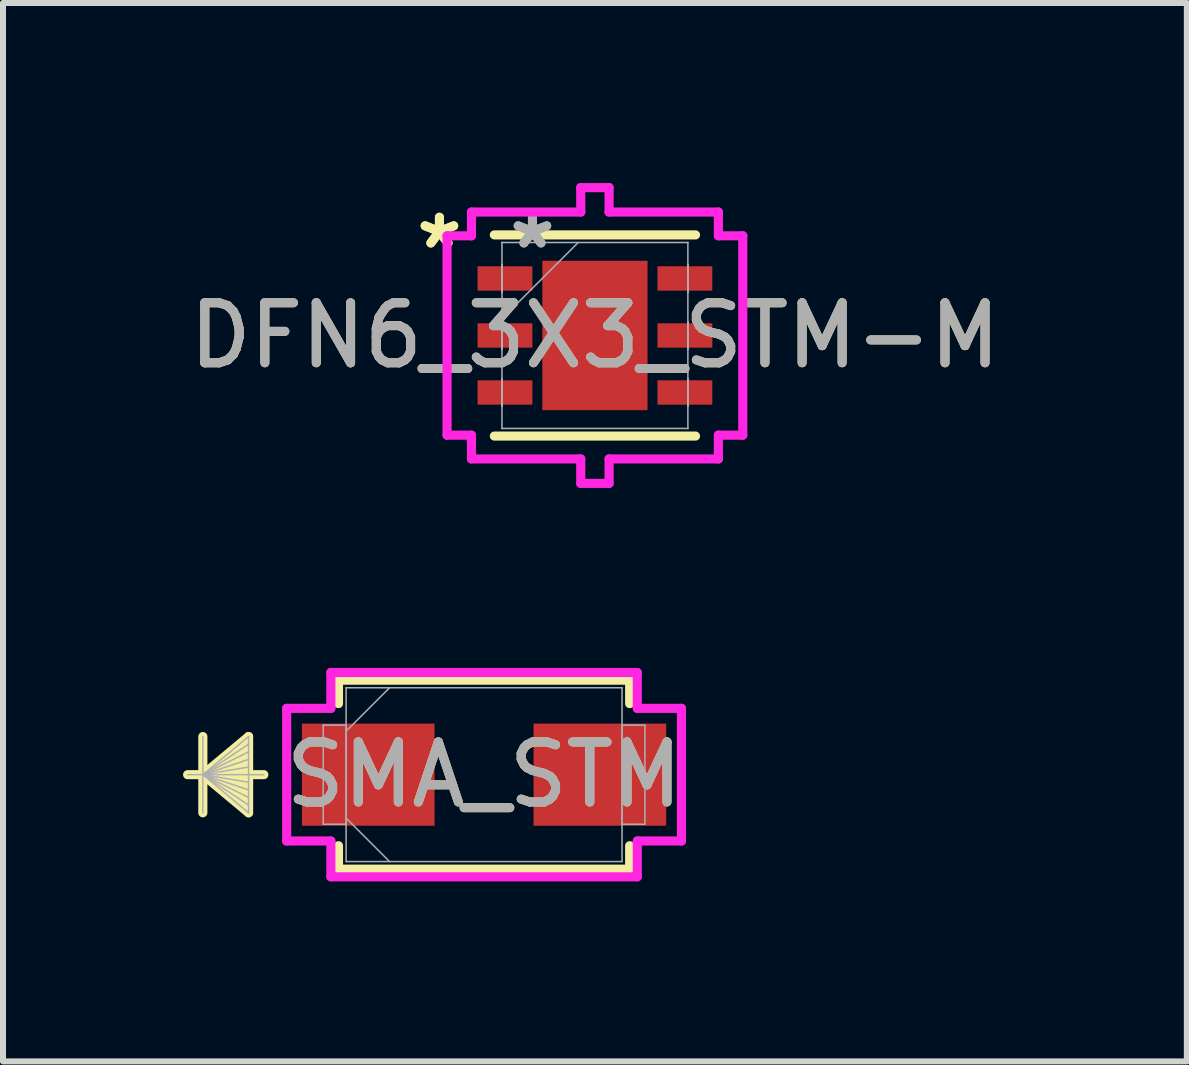
<source format=kicad_pcb>
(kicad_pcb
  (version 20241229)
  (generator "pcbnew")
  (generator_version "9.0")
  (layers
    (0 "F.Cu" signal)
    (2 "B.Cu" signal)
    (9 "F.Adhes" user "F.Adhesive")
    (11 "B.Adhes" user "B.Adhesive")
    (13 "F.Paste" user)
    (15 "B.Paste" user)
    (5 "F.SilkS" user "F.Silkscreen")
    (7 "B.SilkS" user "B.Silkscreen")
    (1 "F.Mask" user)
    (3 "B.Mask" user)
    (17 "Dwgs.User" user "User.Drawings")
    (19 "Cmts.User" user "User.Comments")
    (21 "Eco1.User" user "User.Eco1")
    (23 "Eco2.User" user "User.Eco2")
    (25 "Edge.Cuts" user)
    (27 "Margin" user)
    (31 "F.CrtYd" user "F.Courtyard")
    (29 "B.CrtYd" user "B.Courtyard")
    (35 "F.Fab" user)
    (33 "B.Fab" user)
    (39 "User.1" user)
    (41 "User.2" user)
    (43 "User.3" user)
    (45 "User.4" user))
  (footprint "DFN6_3X3_STM-M"
    (layer "F.Cu")
    (at 6.863 2.54)
    (property "Reference" "DFN6_3X3_STM-M" (at 0 0 0) (unlocked yes) (layer "F.SilkS") (effects (font (size 1 1) (thickness 0.15))))
    (attr smd)
    (fp_line (start -1.676 1.676) (end 1.676 1.676) (stroke (width 0.152) (type solid)) (layer "F.SilkS"))
    (fp_line (start 1.676 -1.676) (end -1.676 -1.676) (stroke (width 0.152) (type solid)) (layer "F.SilkS"))
    (fp_line (start -2.464 -1.661) (end -2.057 -1.661) (stroke (width 0.152) (type solid)) (layer "F.CrtYd"))
    (fp_line (start -2.464 1.661) (end -2.464 -1.661) (stroke (width 0.152) (type solid)) (layer "F.CrtYd"))
    (fp_line (start -2.057 -2.057) (end -0.236 -2.057) (stroke (width 0.152) (type solid)) (layer "F.CrtYd"))
    (fp_line (start -2.057 -1.661) (end -2.057 -2.057) (stroke (width 0.152) (type solid)) (layer "F.CrtYd"))
    (fp_line (start -2.057 1.661) (end -2.464 1.661) (stroke (width 0.152) (type solid)) (layer "F.CrtYd"))
    (fp_line (start -2.057 2.057) (end -2.057 1.661) (stroke (width 0.152) (type solid)) (layer "F.CrtYd"))
    (fp_line (start -0.236 -2.464) (end 0.236 -2.464) (stroke (width 0.152) (type solid)) (layer "F.CrtYd"))
    (fp_line (start -0.236 -2.057) (end -0.236 -2.464) (stroke (width 0.152) (type solid)) (layer "F.CrtYd"))
    (fp_line (start -0.236 2.057) (end -2.057 2.057) (stroke (width 0.152) (type solid)) (layer "F.CrtYd"))
    (fp_line (start -0.236 2.464) (end -0.236 2.057) (stroke (width 0.152) (type solid)) (layer "F.CrtYd"))
    (fp_line (start 0.236 -2.464) (end 0.236 -2.057) (stroke (width 0.152) (type solid)) (layer "F.CrtYd"))
    (fp_line (start 0.236 -2.057) (end 2.057 -2.057) (stroke (width 0.152) (type solid)) (layer "F.CrtYd"))
    (fp_line (start 0.236 2.057) (end 0.236 2.464) (stroke (width 0.152) (type solid)) (layer "F.CrtYd"))
    (fp_line (start 0.236 2.464) (end -0.236 2.464) (stroke (width 0.152) (type solid)) (layer "F.CrtYd"))
    (fp_line (start 2.057 -2.057) (end 2.057 -1.661) (stroke (width 0.152) (type solid)) (layer "F.CrtYd"))
    (fp_line (start 2.057 -1.661) (end 2.464 -1.661) (stroke (width 0.152) (type solid)) (layer "F.CrtYd"))
    (fp_line (start 2.057 1.661) (end 2.057 2.057) (stroke (width 0.152) (type solid)) (layer "F.CrtYd"))
    (fp_line (start 2.057 2.057) (end 0.236 2.057) (stroke (width 0.152) (type solid)) (layer "F.CrtYd"))
    (fp_line (start 2.464 -1.661) (end 2.464 1.661) (stroke (width 0.152) (type solid)) (layer "F.CrtYd"))
    (fp_line (start 2.464 1.661) (end 2.057 1.661) (stroke (width 0.152) (type solid)) (layer "F.CrtYd"))
    (fp_line (start -1.549 -1.549) (end -1.549 -1.549) (stroke (width 0.025) (type solid)) (layer "F.Fab"))
    (fp_line (start -1.549 -1.549) (end -1.549 1.549) (stroke (width 0.025) (type solid)) (layer "F.Fab"))
    (fp_line (start -1.549 -1.179) (end -1.549 -1.179) (stroke (width 0.025) (type solid)) (layer "F.Fab"))
    (fp_line (start -1.549 -1.179) (end -1.549 -0.721) (stroke (width 0.025) (type solid)) (layer "F.Fab"))
    (fp_line (start -1.549 -0.721) (end -1.549 -1.179) (stroke (width 0.025) (type solid)) (layer "F.Fab"))
    (fp_line (start -1.549 -0.721) (end -1.549 -0.721) (stroke (width 0.025) (type solid)) (layer "F.Fab"))
    (fp_line (start -1.549 -0.279) (end -0.279 -1.549) (stroke (width 0.025) (type solid)) (layer "F.Fab"))
    (fp_line (start -1.549 -0.229) (end -1.549 -0.229) (stroke (width 0.025) (type solid)) (layer "F.Fab"))
    (fp_line (start -1.549 -0.229) (end -1.549 0.229) (stroke (width 0.025) (type solid)) (layer "F.Fab"))
    (fp_line (start -1.549 0.229) (end -1.549 -0.229) (stroke (width 0.025) (type solid)) (layer "F.Fab"))
    (fp_line (start -1.549 0.229) (end -1.549 0.229) (stroke (width 0.025) (type solid)) (layer "F.Fab"))
    (fp_line (start -1.549 0.721) (end -1.549 0.721) (stroke (width 0.025) (type solid)) (layer "F.Fab"))
    (fp_line (start -1.549 0.721) (end -1.549 1.179) (stroke (width 0.025) (type solid)) (layer "F.Fab"))
    (fp_line (start -1.549 1.179) (end -1.549 0.721) (stroke (width 0.025) (type solid)) (layer "F.Fab"))
    (fp_line (start -1.549 1.179) (end -1.549 1.179) (stroke (width 0.025) (type solid)) (layer "F.Fab"))
    (fp_line (start -1.549 1.549) (end -1.549 1.549) (stroke (width 0.025) (type solid)) (layer "F.Fab"))
    (fp_line (start -1.549 1.549) (end 1.549 1.549) (stroke (width 0.025) (type solid)) (layer "F.Fab"))
    (fp_line (start 1.549 -1.549) (end -1.549 -1.549) (stroke (width 0.025) (type solid)) (layer "F.Fab"))
    (fp_line (start 1.549 -1.549) (end 1.549 -1.549) (stroke (width 0.025) (type solid)) (layer "F.Fab"))
    (fp_line (start 1.549 -1.179) (end 1.549 -1.179) (stroke (width 0.025) (type solid)) (layer "F.Fab"))
    (fp_line (start 1.549 -1.179) (end 1.549 -0.721) (stroke (width 0.025) (type solid)) (layer "F.Fab"))
    (fp_line (start 1.549 -0.721) (end 1.549 -1.179) (stroke (width 0.025) (type solid)) (layer "F.Fab"))
    (fp_line (start 1.549 -0.721) (end 1.549 -0.721) (stroke (width 0.025) (type solid)) (layer "F.Fab"))
    (fp_line (start 1.549 -0.229) (end 1.549 -0.229) (stroke (width 0.025) (type solid)) (layer "F.Fab"))
    (fp_line (start 1.549 -0.229) (end 1.549 0.229) (stroke (width 0.025) (type solid)) (layer "F.Fab"))
    (fp_line (start 1.549 0.229) (end 1.549 -0.229) (stroke (width 0.025) (type solid)) (layer "F.Fab"))
    (fp_line (start 1.549 0.229) (end 1.549 0.229) (stroke (width 0.025) (type solid)) (layer "F.Fab"))
    (fp_line (start 1.549 0.721) (end 1.549 0.721) (stroke (width 0.025) (type solid)) (layer "F.Fab"))
    (fp_line (start 1.549 0.721) (end 1.549 1.179) (stroke (width 0.025) (type solid)) (layer "F.Fab"))
    (fp_line (start 1.549 1.179) (end 1.549 0.721) (stroke (width 0.025) (type solid)) (layer "F.Fab"))
    (fp_line (start 1.549 1.179) (end 1.549 1.179) (stroke (width 0.025) (type solid)) (layer "F.Fab"))
    (fp_line (start 1.549 1.549) (end 1.549 -1.549) (stroke (width 0.025) (type solid)) (layer "F.Fab"))
    (fp_line (start 1.549 1.549) (end 1.549 1.549) (stroke (width 0.025) (type solid)) (layer "F.Fab"))
    (fp_text user "*" (at -2.591 -1.425 0) (unlocked yes) (layer "F.SilkS") (effects (font (size 1 1) (thickness 0.15))))
    (fp_text user "*" (at -2.591 -1.425 0) (layer "F.SilkS") (effects (font (size 1 1) (thickness 0.15))))
    (fp_text user "*" (at -1.041 -1.425 0) (unlocked yes) (layer "F.Fab") (effects (font (size 1 1) (thickness 0.15))))
    (fp_text user "${REFERENCE}" (at 0 0 0) (unlocked yes) (layer "F.Fab") (effects (font (size 1 1) (thickness 0.15))))
    (fp_text user "*" (at -1.041 -1.425 0) (layer "F.Fab") (effects (font (size 1 1) (thickness 0.15))))
    (pad "1" smd rect (at -1.499 -0.95 90) (size 0.406 0.914) (layers "F.Cu" "F.Mask" "F.Paste"))
    (pad "2" smd rect (at -1.499 0 90) (size 0.406 0.914) (layers "F.Cu" "F.Mask" "F.Paste"))
    (pad "3" smd rect (at -1.499 0.95 90) (size 0.406 0.914) (layers "F.Cu" "F.Mask" "F.Paste"))
    (pad "4" smd rect (at 1.499 0.95 90) (size 0.406 0.914) (layers "F.Cu" "F.Mask" "F.Paste"))
    (pad "5" smd rect (at 1.499 0 90) (size 0.406 0.914) (layers "F.Cu" "F.Mask" "F.Paste"))
    (pad "6" smd rect (at 1.499 -0.95 90) (size 0.406 0.914) (layers "F.Cu" "F.Mask" "F.Paste"))
    (pad "7" smd rect (at 0 0) (size 1.753 2.489) (layers "F.Cu" "F.Mask" "F.Paste")))
  (footprint "SMA_STM"
    (layer "F.Cu")
    (at 5.016 9.858)
    (property "Reference" "SMA_STM" (at 0 0 0) (unlocked yes) (layer "F.SilkS") (effects (font (size 1 1) (thickness 0.15))))
    (attr smd)
    (fp_line (start -4.686 -0.635) (end -4.686 0.635) (stroke (width 0.152) (type solid)) (layer "F.SilkS"))
    (fp_line (start -4.686 0) (end -3.924 -0.635) (stroke (width 0.152) (type solid)) (layer "F.SilkS"))
    (fp_line (start -4.686 0) (end -3.924 -0.508) (stroke (width 0.152) (type solid)) (layer "F.SilkS"))
    (fp_line (start -4.686 0) (end -3.924 -0.381) (stroke (width 0.152) (type solid)) (layer "F.SilkS"))
    (fp_line (start -4.686 0) (end -3.924 -0.254) (stroke (width 0.152) (type solid)) (layer "F.SilkS"))
    (fp_line (start -4.686 0) (end -3.924 -0.127) (stroke (width 0.152) (type solid)) (layer "F.SilkS"))
    (fp_line (start -4.686 0) (end -3.924 0.127) (stroke (width 0.152) (type solid)) (layer "F.SilkS"))
    (fp_line (start -4.686 0) (end -3.924 0.254) (stroke (width 0.152) (type solid)) (layer "F.SilkS"))
    (fp_line (start -4.686 0) (end -3.924 0.381) (stroke (width 0.152) (type solid)) (layer "F.SilkS"))
    (fp_line (start -4.686 0) (end -3.924 0.508) (stroke (width 0.152) (type solid)) (layer "F.SilkS"))
    (fp_line (start -4.686 0) (end -3.924 0.635) (stroke (width 0.152) (type solid)) (layer "F.SilkS"))
    (fp_line (start -3.924 -0.635) (end -3.924 0.635) (stroke (width 0.152) (type solid)) (layer "F.SilkS"))
    (fp_line (start -3.67 0) (end -4.94 0) (stroke (width 0.152) (type solid)) (layer "F.SilkS"))
    (fp_line (start -2.426 -1.575) (end -2.426 -1.184) (stroke (width 0.152) (type solid)) (layer "F.SilkS"))
    (fp_line (start -2.426 1.184) (end -2.426 1.575) (stroke (width 0.152) (type solid)) (layer "F.SilkS"))
    (fp_line (start -2.426 1.575) (end 2.426 1.575) (stroke (width 0.152) (type solid)) (layer "F.SilkS"))
    (fp_line (start 2.426 -1.575) (end -2.426 -1.575) (stroke (width 0.152) (type solid)) (layer "F.SilkS"))
    (fp_line (start 2.426 -1.184) (end 2.426 -1.575) (stroke (width 0.152) (type solid)) (layer "F.SilkS"))
    (fp_line (start 2.426 1.575) (end 2.426 1.184) (stroke (width 0.152) (type solid)) (layer "F.SilkS"))
    (fp_line (start -3.289 -1.105) (end -2.553 -1.105) (stroke (width 0.152) (type solid)) (layer "F.CrtYd"))
    (fp_line (start -3.289 1.105) (end -3.289 -1.105) (stroke (width 0.152) (type solid)) (layer "F.CrtYd"))
    (fp_line (start -2.553 -1.702) (end 2.553 -1.702) (stroke (width 0.152) (type solid)) (layer "F.CrtYd"))
    (fp_line (start -2.553 -1.105) (end -2.553 -1.702) (stroke (width 0.152) (type solid)) (layer "F.CrtYd"))
    (fp_line (start -2.553 1.105) (end -3.289 1.105) (stroke (width 0.152) (type solid)) (layer "F.CrtYd"))
    (fp_line (start -2.553 1.702) (end -2.553 1.105) (stroke (width 0.152) (type solid)) (layer "F.CrtYd"))
    (fp_line (start 2.553 -1.702) (end 2.553 -1.105) (stroke (width 0.152) (type solid)) (layer "F.CrtYd"))
    (fp_line (start 2.553 -1.105) (end 3.289 -1.105) (stroke (width 0.152) (type solid)) (layer "F.CrtYd"))
    (fp_line (start 2.553 1.105) (end 2.553 1.702) (stroke (width 0.152) (type solid)) (layer "F.CrtYd"))
    (fp_line (start 2.553 1.702) (end -2.553 1.702) (stroke (width 0.152) (type solid)) (layer "F.CrtYd"))
    (fp_line (start 3.289 -1.105) (end 3.289 1.105) (stroke (width 0.152) (type solid)) (layer "F.CrtYd"))
    (fp_line (start 3.289 1.105) (end 2.553 1.105) (stroke (width 0.152) (type solid)) (layer "F.CrtYd"))
    (fp_line (start -4.686 -0.635) (end -4.686 0.635) (stroke (width 0.025) (type solid)) (layer "F.Fab"))
    (fp_line (start -4.686 0) (end -3.924 -0.635) (stroke (width 0.025) (type solid)) (layer "F.Fab"))
    (fp_line (start -4.686 0) (end -3.924 -0.508) (stroke (width 0.025) (type solid)) (layer "F.Fab"))
    (fp_line (start -4.686 0) (end -3.924 -0.381) (stroke (width 0.025) (type solid)) (layer "F.Fab"))
    (fp_line (start -4.686 0) (end -3.924 -0.254) (stroke (width 0.025) (type solid)) (layer "F.Fab"))
    (fp_line (start -4.686 0) (end -3.924 -0.127) (stroke (width 0.025) (type solid)) (layer "F.Fab"))
    (fp_line (start -4.686 0) (end -3.924 0.127) (stroke (width 0.025) (type solid)) (layer "F.Fab"))
    (fp_line (start -4.686 0) (end -3.924 0.254) (stroke (width 0.025) (type solid)) (layer "F.Fab"))
    (fp_line (start -4.686 0) (end -3.924 0.381) (stroke (width 0.025) (type solid)) (layer "F.Fab"))
    (fp_line (start -4.686 0) (end -3.924 0.508) (stroke (width 0.025) (type solid)) (layer "F.Fab"))
    (fp_line (start -4.686 0) (end -3.924 0.635) (stroke (width 0.025) (type solid)) (layer "F.Fab"))
    (fp_line (start -3.924 -0.635) (end -3.924 0.635) (stroke (width 0.025) (type solid)) (layer "F.Fab"))
    (fp_line (start -3.67 0) (end -4.94 0) (stroke (width 0.025) (type solid)) (layer "F.Fab"))
    (fp_line (start -2.68 -0.826) (end -2.68 0.826) (stroke (width 0.025) (type solid)) (layer "F.Fab"))
    (fp_line (start -2.68 0.826) (end -2.299 0.826) (stroke (width 0.025) (type solid)) (layer "F.Fab"))
    (fp_line (start -2.299 -1.448) (end -2.299 1.448) (stroke (width 0.025) (type solid)) (layer "F.Fab"))
    (fp_line (start -2.299 -0.826) (end -2.68 -0.826) (stroke (width 0.025) (type solid)) (layer "F.Fab"))
    (fp_line (start -2.299 -0.724) (end -1.575 -1.448) (stroke (width 0.025) (type solid)) (layer "F.Fab"))
    (fp_line (start -2.299 0.724) (end -1.575 1.448) (stroke (width 0.025) (type solid)) (layer "F.Fab"))
    (fp_line (start -2.299 0.826) (end -2.299 -0.826) (stroke (width 0.025) (type solid)) (layer "F.Fab"))
    (fp_line (start -2.299 1.448) (end 2.299 1.448) (stroke (width 0.025) (type solid)) (layer "F.Fab"))
    (fp_line (start 2.299 -1.448) (end -2.299 -1.448) (stroke (width 0.025) (type solid)) (layer "F.Fab"))
    (fp_line (start 2.299 -0.826) (end 2.299 0.826) (stroke (width 0.025) (type solid)) (layer "F.Fab"))
    (fp_line (start 2.299 0.826) (end 2.68 0.826) (stroke (width 0.025) (type solid)) (layer "F.Fab"))
    (fp_line (start 2.299 1.448) (end 2.299 -1.448) (stroke (width 0.025) (type solid)) (layer "F.Fab"))
    (fp_line (start 2.68 -0.826) (end 2.299 -0.826) (stroke (width 0.025) (type solid)) (layer "F.Fab"))
    (fp_line (start 2.68 0.826) (end 2.68 -0.826) (stroke (width 0.025) (type solid)) (layer "F.Fab"))
    (fp_text user "${REFERENCE}" (at 0 0 0) (unlocked yes) (layer "F.Fab") (effects (font (size 1 1) (thickness 0.15))))
    (pad "1" smd rect (at -1.93 0) (size 2.21 1.702) (layers "F.Cu" "F.Mask" "F.Paste"))
    (pad "2" smd rect (at 1.93 0) (size 2.21 1.702) (layers "F.Cu" "F.Mask" "F.Paste"))
    (zone (net_name "") (layer "F.Cu") (hatch full 0.508) (connect_pads) (min_thickness 0.254) (filled_areas_thickness no) (keepout (tracks not_allowed) (vias not_allowed) (pads allowed) (copperpour not_allowed) (footprints allowed)) (placement (enabled no)) (fill) (polygon (pts (xy 4.242 8.461) (xy 5.791 8.461) (xy 5.791 11.255) (xy 4.242 11.255)))))
  (gr_rect
    (start -3 -3)
    (end 16.726 14.636)
    (stroke (width 0.1) (type default))
    (fill no)
    (layer "Edge.Cuts")))
</source>
